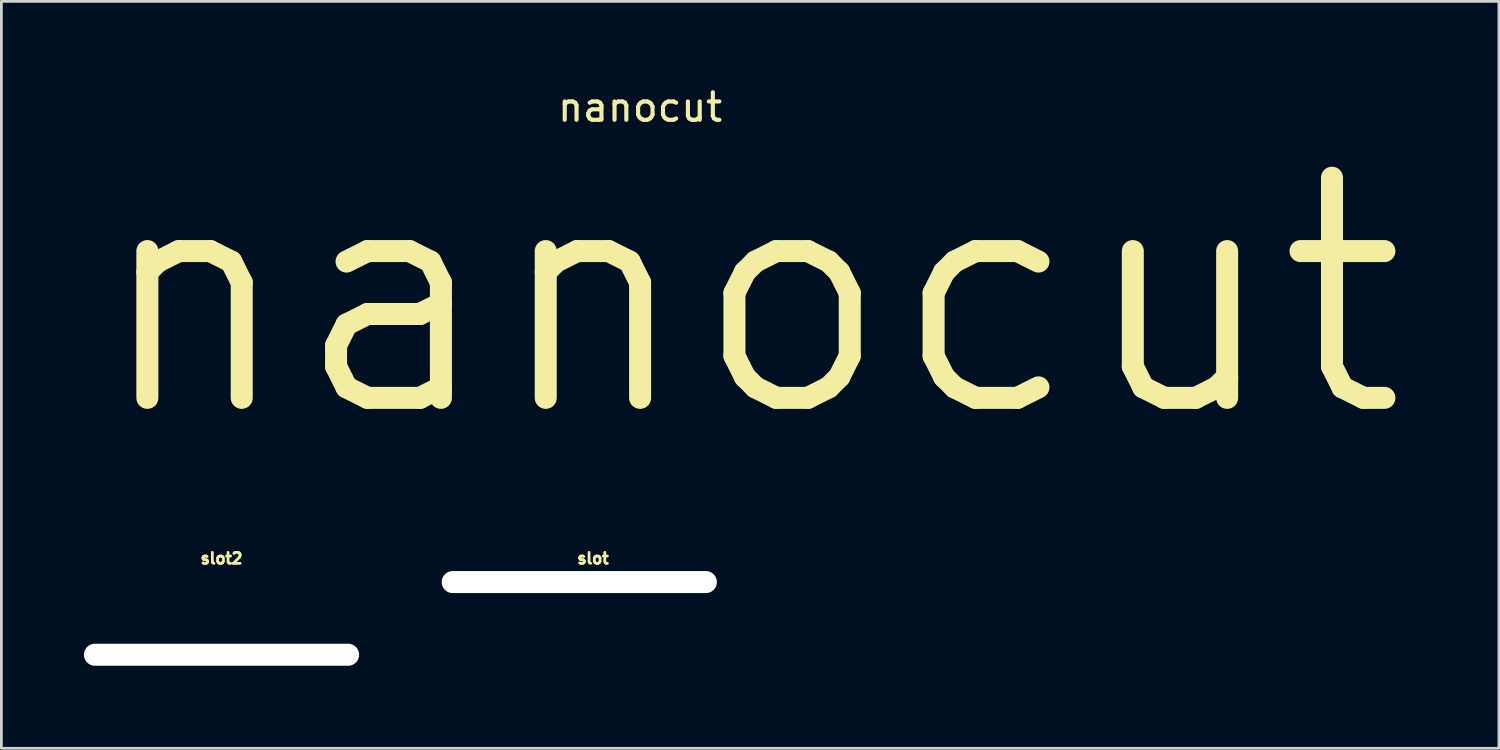
<source format=kicad_pcb>
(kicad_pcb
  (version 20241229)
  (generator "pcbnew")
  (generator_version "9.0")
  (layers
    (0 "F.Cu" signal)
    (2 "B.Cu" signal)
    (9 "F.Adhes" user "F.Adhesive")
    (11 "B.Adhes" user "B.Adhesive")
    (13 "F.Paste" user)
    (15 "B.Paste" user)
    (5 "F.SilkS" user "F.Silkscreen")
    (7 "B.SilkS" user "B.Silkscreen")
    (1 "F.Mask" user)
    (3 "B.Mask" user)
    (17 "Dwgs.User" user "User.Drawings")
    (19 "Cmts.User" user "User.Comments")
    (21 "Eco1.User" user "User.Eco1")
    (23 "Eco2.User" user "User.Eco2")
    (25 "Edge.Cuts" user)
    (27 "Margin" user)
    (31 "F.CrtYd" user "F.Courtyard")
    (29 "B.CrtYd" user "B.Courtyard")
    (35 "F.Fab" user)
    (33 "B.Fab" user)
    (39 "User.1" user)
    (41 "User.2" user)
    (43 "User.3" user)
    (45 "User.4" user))
  (footprint "slot"
    (layer "F.Cu")
    (at 18 18.102)
    (property "Reference" "slot" (at 0.499 -0.86 0) (layer "F.SilkS") (effects (font (size 0.4 0.4) (thickness 0.1))))
    (attr through_hole)
    (pad "" np_thru_hole oval (at 0 0) (size 10 0.8) (drill oval 10 0.8) (layers "*.Cu" "*.Mask")))
  (footprint "slot2"
    (layer "F.Cu")
    (at 5 20.742)
    (property "Reference" "slot2" (at 0 -3.5 0) (layer "F.SilkS") (effects (font (size 0.4 0.4) (thickness 0.1))))
    (attr through_hole)
    (pad "" np_thru_hole oval (at 0 0) (size 10 0.8) (drill oval 10 0.8) (layers "*.Cu" "*.Mask")))
  (footprint "nanocut"
    (layer "F.Cu")
    (at 19.91 11.348)
    (property "Reference" "nanocut" (at 0.3 -10.5 0) (layer "F.SilkS") (effects (font (size 1 1) (thickness 0.15))))
    (attr exclude_from_pos_files exclude_from_bom)
    (fp_text user "nanocut" (at 4.3 -3.6 0) (layer "F.SilkS") (effects (font (size 8 8) (thickness 0.8)))))
  (gr_rect
    (start -3 -3)
    (end 51.419 24.142)
    (stroke (width 0.1) (type default))
    (fill no)
    (layer "Edge.Cuts")))
</source>
